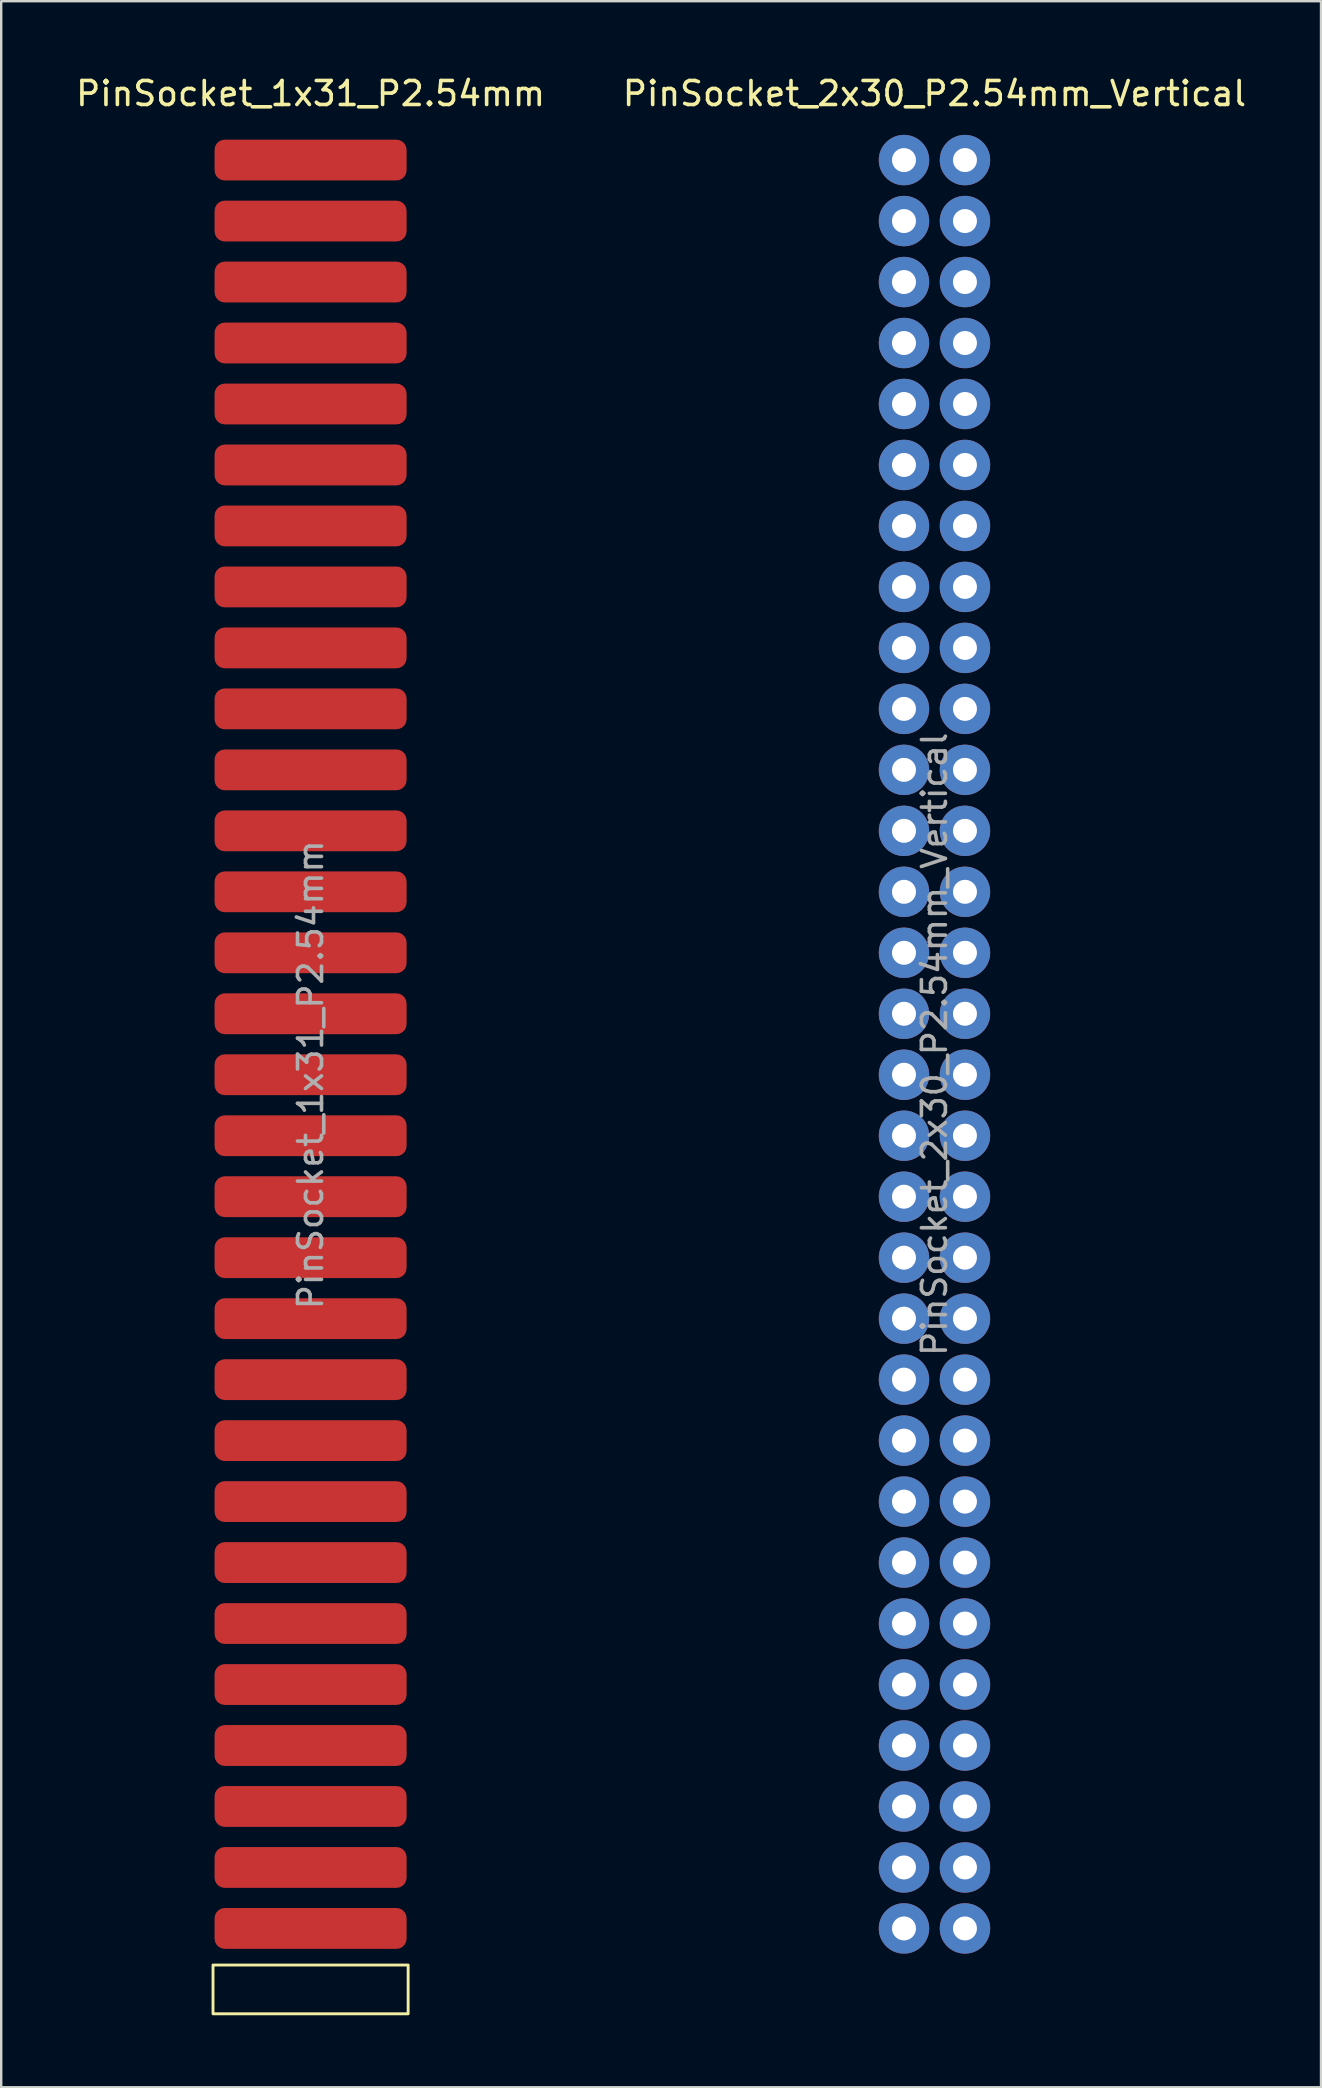
<source format=kicad_pcb>
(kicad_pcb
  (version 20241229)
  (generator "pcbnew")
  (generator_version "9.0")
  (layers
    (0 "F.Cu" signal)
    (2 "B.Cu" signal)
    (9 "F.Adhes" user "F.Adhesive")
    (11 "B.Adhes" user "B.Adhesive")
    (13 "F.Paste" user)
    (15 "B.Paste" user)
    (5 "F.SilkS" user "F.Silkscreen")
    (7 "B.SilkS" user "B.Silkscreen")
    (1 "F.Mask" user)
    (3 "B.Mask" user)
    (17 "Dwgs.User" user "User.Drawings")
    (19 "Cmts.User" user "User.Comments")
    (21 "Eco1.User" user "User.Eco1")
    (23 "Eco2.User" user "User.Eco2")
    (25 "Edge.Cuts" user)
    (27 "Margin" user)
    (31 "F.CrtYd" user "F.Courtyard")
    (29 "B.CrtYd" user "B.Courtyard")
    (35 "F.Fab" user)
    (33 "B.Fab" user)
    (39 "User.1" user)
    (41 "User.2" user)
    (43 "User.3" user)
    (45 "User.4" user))
  (footprint "PinSocket_1x31_P2.54mm"
    (layer "F.Cu")
    (at 9.887 3.618)
    (property "Reference" "PinSocket_1x31_P2.54mm" (at 0 -2.77 0) (layer "F.SilkS") (effects (font (size 1 1) (thickness 0.15))))
    (attr through_hole)
    (fp_rect (start -4.064 75.184) (end 4.064 77.216) (stroke (width 0.12) (type solid)) (fill no) (layer "F.SilkS"))
    (fp_text user "${REFERENCE}" (at 0 38.1 90) (layer "F.Fab") (effects (font (size 1 1) (thickness 0.15))))
    (pad "1" smd roundrect (at 0 0) (size 8 1.7) (layers "F.Cu" "F.Mask" "F.Paste") (roundrect_rratio 0.25))
    (pad "2" smd roundrect (at 0 2.54) (size 8 1.7) (layers "F.Cu" "F.Mask" "F.Paste") (roundrect_rratio 0.25))
    (pad "3" smd roundrect (at 0 5.08) (size 8 1.7) (layers "F.Cu" "F.Mask" "F.Paste") (roundrect_rratio 0.25))
    (pad "4" smd roundrect (at 0 7.62) (size 8 1.7) (layers "F.Cu" "F.Mask" "F.Paste") (roundrect_rratio 0.25))
    (pad "5" smd roundrect (at 0 10.16) (size 8 1.7) (layers "F.Cu" "F.Mask" "F.Paste") (roundrect_rratio 0.25))
    (pad "6" smd roundrect (at 0 12.7) (size 8 1.7) (layers "F.Cu" "F.Mask" "F.Paste") (roundrect_rratio 0.25))
    (pad "7" smd roundrect (at 0 15.24) (size 8 1.7) (layers "F.Cu" "F.Mask" "F.Paste") (roundrect_rratio 0.25))
    (pad "8" smd roundrect (at 0 17.78) (size 8 1.7) (layers "F.Cu" "F.Mask" "F.Paste") (roundrect_rratio 0.25))
    (pad "9" smd roundrect (at 0 20.32) (size 8 1.7) (layers "F.Cu" "F.Mask" "F.Paste") (roundrect_rratio 0.25))
    (pad "10" smd roundrect (at 0 22.86) (size 8 1.7) (layers "F.Cu" "F.Mask" "F.Paste") (roundrect_rratio 0.25))
    (pad "11" smd roundrect (at 0 25.4) (size 8 1.7) (layers "F.Cu" "F.Mask" "F.Paste") (roundrect_rratio 0.25))
    (pad "12" smd roundrect (at 0 27.94) (size 8 1.7) (layers "F.Cu" "F.Mask" "F.Paste") (roundrect_rratio 0.25))
    (pad "13" smd roundrect (at 0 30.48) (size 8 1.7) (layers "F.Cu" "F.Mask" "F.Paste") (roundrect_rratio 0.25))
    (pad "14" smd roundrect (at 0 33.02) (size 8 1.7) (layers "F.Cu" "F.Mask" "F.Paste") (roundrect_rratio 0.25))
    (pad "15" smd roundrect (at 0 35.56) (size 8 1.7) (layers "F.Cu" "F.Mask" "F.Paste") (roundrect_rratio 0.25))
    (pad "16" smd roundrect (at 0 38.1) (size 8 1.7) (layers "F.Cu" "F.Mask" "F.Paste") (roundrect_rratio 0.25))
    (pad "17" smd roundrect (at 0 40.64) (size 8 1.7) (layers "F.Cu" "F.Mask" "F.Paste") (roundrect_rratio 0.25))
    (pad "18" smd roundrect (at 0 43.18) (size 8 1.7) (layers "F.Cu" "F.Mask" "F.Paste") (roundrect_rratio 0.25))
    (pad "19" smd roundrect (at 0 45.72) (size 8 1.7) (layers "F.Cu" "F.Mask" "F.Paste") (roundrect_rratio 0.25))
    (pad "20" smd roundrect (at 0 48.26) (size 8 1.7) (layers "F.Cu" "F.Mask" "F.Paste") (roundrect_rratio 0.25))
    (pad "21" smd roundrect (at 0 50.8) (size 8 1.7) (layers "F.Cu" "F.Mask" "F.Paste") (roundrect_rratio 0.25))
    (pad "22" smd roundrect (at 0 53.34) (size 8 1.7) (layers "F.Cu" "F.Mask" "F.Paste") (roundrect_rratio 0.25))
    (pad "23" smd roundrect (at 0 55.88) (size 8 1.7) (layers "F.Cu" "F.Mask" "F.Paste") (roundrect_rratio 0.25))
    (pad "24" smd roundrect (at 0 58.42) (size 8 1.7) (layers "F.Cu" "F.Mask" "F.Paste") (roundrect_rratio 0.25))
    (pad "25" smd roundrect (at 0 60.96) (size 8 1.7) (layers "F.Cu" "F.Mask" "F.Paste") (roundrect_rratio 0.25))
    (pad "26" smd roundrect (at 0 63.5) (size 8 1.7) (layers "F.Cu" "F.Mask" "F.Paste") (roundrect_rratio 0.25))
    (pad "27" smd roundrect (at 0 66.04) (size 8 1.7) (layers "F.Cu" "F.Mask" "F.Paste") (roundrect_rratio 0.25))
    (pad "28" smd roundrect (at 0 68.58) (size 8 1.7) (layers "F.Cu" "F.Mask" "F.Paste") (roundrect_rratio 0.25))
    (pad "29" smd roundrect (at 0 71.12) (size 8 1.7) (layers "F.Cu" "F.Mask" "F.Paste") (roundrect_rratio 0.25))
    (pad "30" smd roundrect (at 0 73.66) (size 8 1.7) (layers "F.Cu" "F.Mask" "F.Paste") (roundrect_rratio 0.25)))
  (footprint "PinSocket_2x30_P2.54mm_Vertical"
    (layer "F.Cu")
    (at 37.145 3.618)
    (property "Reference" "PinSocket_2x30_P2.54mm_Vertical" (at -1.27 -2.77 0) (layer "F.SilkS") (effects (font (size 1 1) (thickness 0.15))))
    (attr through_hole)
    (fp_text user "${REFERENCE}" (at -1.27 36.83 270) (layer "F.Fab") (effects (font (size 1 1) (thickness 0.15))))
    (pad "1" thru_hole circle (at 0 0) (size 2.1 2.1) (drill 1) (layers "*.Cu" "*.Mask"))
    (pad "2" thru_hole circle (at -2.54 0) (size 2.1 2.1) (drill 1) (layers "*.Cu" "*.Mask"))
    (pad "3" thru_hole circle (at 0 2.54) (size 2.1 2.1) (drill 1) (layers "*.Cu" "*.Mask"))
    (pad "4" thru_hole circle (at -2.54 2.54) (size 2.1 2.1) (drill 1) (layers "*.Cu" "*.Mask"))
    (pad "5" thru_hole circle (at 0 5.08) (size 2.1 2.1) (drill 1) (layers "*.Cu" "*.Mask"))
    (pad "6" thru_hole circle (at -2.54 5.08) (size 2.1 2.1) (drill 1) (layers "*.Cu" "*.Mask"))
    (pad "7" thru_hole circle (at 0 7.62) (size 2.1 2.1) (drill 1) (layers "*.Cu" "*.Mask"))
    (pad "8" thru_hole circle (at -2.54 7.62) (size 2.1 2.1) (drill 1) (layers "*.Cu" "*.Mask"))
    (pad "9" thru_hole circle (at 0 10.16) (size 2.1 2.1) (drill 1) (layers "*.Cu" "*.Mask"))
    (pad "10" thru_hole circle (at -2.54 10.16) (size 2.1 2.1) (drill 1) (layers "*.Cu" "*.Mask"))
    (pad "11" thru_hole circle (at 0 12.7) (size 2.1 2.1) (drill 1) (layers "*.Cu" "*.Mask"))
    (pad "12" thru_hole circle (at -2.54 12.7) (size 2.1 2.1) (drill 1) (layers "*.Cu" "*.Mask"))
    (pad "13" thru_hole circle (at 0 15.24) (size 2.1 2.1) (drill 1) (layers "*.Cu" "*.Mask"))
    (pad "14" thru_hole circle (at -2.54 15.24) (size 2.1 2.1) (drill 1) (layers "*.Cu" "*.Mask"))
    (pad "15" thru_hole circle (at 0 17.78) (size 2.1 2.1) (drill 1) (layers "*.Cu" "*.Mask"))
    (pad "16" thru_hole circle (at -2.54 17.78) (size 2.1 2.1) (drill 1) (layers "*.Cu" "*.Mask"))
    (pad "17" thru_hole circle (at 0 20.32) (size 2.1 2.1) (drill 1) (layers "*.Cu" "*.Mask"))
    (pad "18" thru_hole circle (at -2.54 20.32) (size 2.1 2.1) (drill 1) (layers "*.Cu" "*.Mask"))
    (pad "19" thru_hole circle (at 0 22.86) (size 2.1 2.1) (drill 1) (layers "*.Cu" "*.Mask"))
    (pad "20" thru_hole circle (at -2.54 22.86) (size 2.1 2.1) (drill 1) (layers "*.Cu" "*.Mask"))
    (pad "21" thru_hole circle (at 0 25.4) (size 2.1 2.1) (drill 1) (layers "*.Cu" "*.Mask"))
    (pad "22" thru_hole circle (at -2.54 25.4) (size 2.1 2.1) (drill 1) (layers "*.Cu" "*.Mask"))
    (pad "23" thru_hole circle (at 0 27.94) (size 2.1 2.1) (drill 1) (layers "*.Cu" "*.Mask"))
    (pad "24" thru_hole circle (at -2.54 27.94) (size 2.1 2.1) (drill 1) (layers "*.Cu" "*.Mask"))
    (pad "25" thru_hole circle (at 0 30.48) (size 2.1 2.1) (drill 1) (layers "*.Cu" "*.Mask"))
    (pad "26" thru_hole circle (at -2.54 30.48) (size 2.1 2.1) (drill 1) (layers "*.Cu" "*.Mask"))
    (pad "27" thru_hole circle (at 0 33.02) (size 2.1 2.1) (drill 1) (layers "*.Cu" "*.Mask"))
    (pad "28" thru_hole circle (at -2.54 33.02) (size 2.1 2.1) (drill 1) (layers "*.Cu" "*.Mask"))
    (pad "29" thru_hole circle (at 0 35.56) (size 2.1 2.1) (drill 1) (layers "*.Cu" "*.Mask"))
    (pad "30" thru_hole circle (at -2.54 35.56) (size 2.1 2.1) (drill 1) (layers "*.Cu" "*.Mask"))
    (pad "31" thru_hole circle (at 0 38.1) (size 2.1 2.1) (drill 1) (layers "*.Cu" "*.Mask"))
    (pad "32" thru_hole circle (at -2.54 38.1) (size 2.1 2.1) (drill 1) (layers "*.Cu" "*.Mask"))
    (pad "33" thru_hole circle (at 0 40.64) (size 2.1 2.1) (drill 1) (layers "*.Cu" "*.Mask"))
    (pad "34" thru_hole circle (at -2.54 40.64) (size 2.1 2.1) (drill 1) (layers "*.Cu" "*.Mask"))
    (pad "35" thru_hole circle (at 0 43.18) (size 2.1 2.1) (drill 1) (layers "*.Cu" "*.Mask"))
    (pad "36" thru_hole circle (at -2.54 43.18) (size 2.1 2.1) (drill 1) (layers "*.Cu" "*.Mask"))
    (pad "37" thru_hole circle (at 0 45.72) (size 2.1 2.1) (drill 1) (layers "*.Cu" "*.Mask"))
    (pad "38" thru_hole circle (at -2.54 45.72) (size 2.1 2.1) (drill 1) (layers "*.Cu" "*.Mask"))
    (pad "39" thru_hole circle (at 0 48.26) (size 2.1 2.1) (drill 1) (layers "*.Cu" "*.Mask"))
    (pad "40" thru_hole circle (at -2.54 48.26) (size 2.1 2.1) (drill 1) (layers "*.Cu" "*.Mask"))
    (pad "41" thru_hole circle (at 0 50.8) (size 2.1 2.1) (drill 1) (layers "*.Cu" "*.Mask"))
    (pad "42" thru_hole circle (at -2.54 50.8) (size 2.1 2.1) (drill 1) (layers "*.Cu" "*.Mask"))
    (pad "43" thru_hole circle (at 0 53.34) (size 2.1 2.1) (drill 1) (layers "*.Cu" "*.Mask"))
    (pad "44" thru_hole circle (at -2.54 53.34) (size 2.1 2.1) (drill 1) (layers "*.Cu" "*.Mask"))
    (pad "45" thru_hole circle (at 0 55.88) (size 2.1 2.1) (drill 1) (layers "*.Cu" "*.Mask"))
    (pad "46" thru_hole circle (at -2.54 55.88) (size 2.1 2.1) (drill 1) (layers "*.Cu" "*.Mask"))
    (pad "47" thru_hole circle (at 0 58.42) (size 2.1 2.1) (drill 1) (layers "*.Cu" "*.Mask"))
    (pad "48" thru_hole circle (at -2.54 58.42) (size 2.1 2.1) (drill 1) (layers "*.Cu" "*.Mask"))
    (pad "49" thru_hole circle (at 0 60.96) (size 2.1 2.1) (drill 1) (layers "*.Cu" "*.Mask"))
    (pad "50" thru_hole circle (at -2.54 60.96) (size 2.1 2.1) (drill 1) (layers "*.Cu" "*.Mask"))
    (pad "51" thru_hole circle (at 0 63.5) (size 2.1 2.1) (drill 1) (layers "*.Cu" "*.Mask"))
    (pad "52" thru_hole circle (at -2.54 63.5) (size 2.1 2.1) (drill 1) (layers "*.Cu" "*.Mask"))
    (pad "53" thru_hole circle (at 0 66.04) (size 2.1 2.1) (drill 1) (layers "*.Cu" "*.Mask"))
    (pad "54" thru_hole circle (at -2.54 66.04) (size 2.1 2.1) (drill 1) (layers "*.Cu" "*.Mask"))
    (pad "55" thru_hole circle (at 0 68.58) (size 2.1 2.1) (drill 1) (layers "*.Cu" "*.Mask"))
    (pad "56" thru_hole circle (at -2.54 68.58) (size 2.1 2.1) (drill 1) (layers "*.Cu" "*.Mask"))
    (pad "57" thru_hole circle (at 0 71.12) (size 2.1 2.1) (drill 1) (layers "*.Cu" "*.Mask"))
    (pad "58" thru_hole circle (at -2.54 71.12) (size 2.1 2.1) (drill 1) (layers "*.Cu" "*.Mask"))
    (pad "59" thru_hole circle (at 0 73.66) (size 2.1 2.1) (drill 1) (layers "*.Cu" "*.Mask"))
    (pad "60" thru_hole circle (at -2.54 73.66) (size 2.1 2.1) (drill 1) (layers "*.Cu" "*.Mask")))
  (gr_rect
    (start -3 -3)
    (end 51.976 83.894)
    (stroke (width 0.1) (type default))
    (fill no)
    (layer "Edge.Cuts")))
</source>
